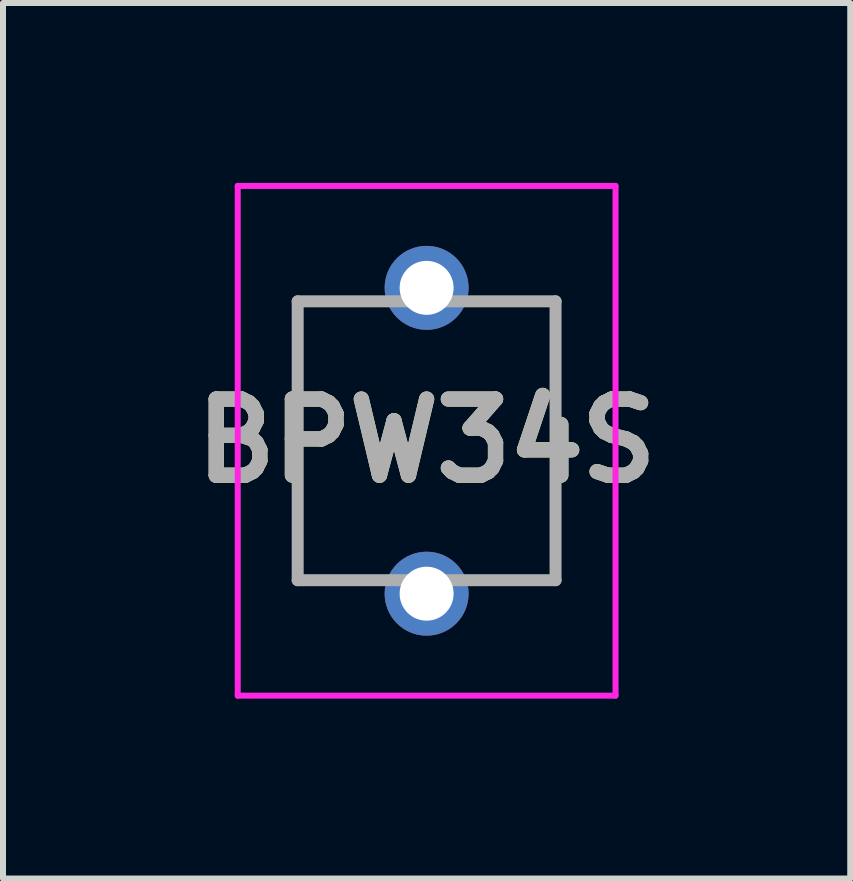
<source format=kicad_pcb>
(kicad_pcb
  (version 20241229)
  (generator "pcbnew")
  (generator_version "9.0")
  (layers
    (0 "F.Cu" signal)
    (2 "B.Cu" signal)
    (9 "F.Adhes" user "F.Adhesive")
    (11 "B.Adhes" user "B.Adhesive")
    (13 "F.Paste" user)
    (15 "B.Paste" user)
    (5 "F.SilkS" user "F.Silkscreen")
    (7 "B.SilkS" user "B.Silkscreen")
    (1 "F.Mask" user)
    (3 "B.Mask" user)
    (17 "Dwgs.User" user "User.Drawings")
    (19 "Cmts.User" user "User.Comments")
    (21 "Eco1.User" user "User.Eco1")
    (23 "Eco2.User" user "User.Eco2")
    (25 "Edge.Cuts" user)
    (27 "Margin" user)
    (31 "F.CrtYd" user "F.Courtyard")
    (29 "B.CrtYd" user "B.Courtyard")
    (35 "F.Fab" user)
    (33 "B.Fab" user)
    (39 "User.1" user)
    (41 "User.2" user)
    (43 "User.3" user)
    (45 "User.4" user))
  (footprint "BPW34S"
    (layer "F.Cu")
    (at 4.064 1.75)
    (property "Reference" "BPW34S" (at 0 2.55 0) (layer "F.SilkS") (effects (font (size 1.27 1.27) (thickness 0.254))))
    (attr through_hole)
    (fp_line (start -2.15 0.225) (end -2.15 0.225) (stroke (width 0.1) (type solid)) (layer "F.SilkS"))
    (fp_line (start -2.15 0.225) (end -2.15 0.225) (stroke (width 0.1) (type solid)) (layer "F.SilkS"))
    (fp_line (start -2.15 0.225) (end -2.15 4.875) (stroke (width 0.1) (type solid)) (layer "F.SilkS"))
    (fp_line (start -2.15 0.225) (end -1.25 0.225) (stroke (width 0.1) (type solid)) (layer "F.SilkS"))
    (fp_line (start -2.15 4.875) (end -2.15 0.225) (stroke (width 0.1) (type solid)) (layer "F.SilkS"))
    (fp_line (start -2.15 4.875) (end -2.15 4.875) (stroke (width 0.1) (type solid)) (layer "F.SilkS"))
    (fp_line (start -2.15 4.875) (end -2.15 4.875) (stroke (width 0.1) (type solid)) (layer "F.SilkS"))
    (fp_line (start -2.15 4.875) (end -1.25 4.875) (stroke (width 0.1) (type solid)) (layer "F.SilkS"))
    (fp_line (start -1.25 0.225) (end -2.15 0.225) (stroke (width 0.1) (type solid)) (layer "F.SilkS"))
    (fp_line (start -1.25 0.225) (end -1.25 0.225) (stroke (width 0.1) (type solid)) (layer "F.SilkS"))
    (fp_line (start -1.25 4.875) (end -2.15 4.875) (stroke (width 0.1) (type solid)) (layer "F.SilkS"))
    (fp_line (start -1.25 4.875) (end -1.25 4.875) (stroke (width 0.1) (type solid)) (layer "F.SilkS"))
    (fp_line (start 1.25 0.225) (end 1.25 0.225) (stroke (width 0.1) (type solid)) (layer "F.SilkS"))
    (fp_line (start 1.25 0.225) (end 2.15 0.225) (stroke (width 0.1) (type solid)) (layer "F.SilkS"))
    (fp_line (start 1.25 4.875) (end 1.25 4.875) (stroke (width 0.1) (type solid)) (layer "F.SilkS"))
    (fp_line (start 1.25 4.875) (end 2.15 4.875) (stroke (width 0.1) (type solid)) (layer "F.SilkS"))
    (fp_line (start 2.15 0.225) (end 1.25 0.225) (stroke (width 0.1) (type solid)) (layer "F.SilkS"))
    (fp_line (start 2.15 0.225) (end 2.15 0.225) (stroke (width 0.1) (type solid)) (layer "F.SilkS"))
    (fp_line (start 2.15 0.225) (end 2.15 0.225) (stroke (width 0.1) (type solid)) (layer "F.SilkS"))
    (fp_line (start 2.15 0.225) (end 2.15 4.875) (stroke (width 0.1) (type solid)) (layer "F.SilkS"))
    (fp_line (start 2.15 4.875) (end 1.25 4.875) (stroke (width 0.1) (type solid)) (layer "F.SilkS"))
    (fp_line (start 2.15 4.875) (end 2.15 0.225) (stroke (width 0.1) (type solid)) (layer "F.SilkS"))
    (fp_line (start 2.15 4.875) (end 2.15 4.875) (stroke (width 0.1) (type solid)) (layer "F.SilkS"))
    (fp_line (start 2.15 4.875) (end 2.15 4.875) (stroke (width 0.1) (type solid)) (layer "F.SilkS"))
    (fp_line (start -3.15 -1.7) (end 3.15 -1.7) (stroke (width 0.1) (type solid)) (layer "F.CrtYd"))
    (fp_line (start -3.15 6.8) (end -3.15 -1.7) (stroke (width 0.1) (type solid)) (layer "F.CrtYd"))
    (fp_line (start 3.15 -1.7) (end 3.15 6.8) (stroke (width 0.1) (type solid)) (layer "F.CrtYd"))
    (fp_line (start 3.15 6.8) (end -3.15 6.8) (stroke (width 0.1) (type solid)) (layer "F.CrtYd"))
    (fp_line (start -2.15 0.225) (end -2.15 4.875) (stroke (width 0.2) (type solid)) (layer "F.Fab"))
    (fp_line (start -2.15 4.875) (end 2.15 4.875) (stroke (width 0.2) (type solid)) (layer "F.Fab"))
    (fp_line (start 2.15 0.225) (end -2.15 0.225) (stroke (width 0.2) (type solid)) (layer "F.Fab"))
    (fp_line (start 2.15 4.875) (end 2.15 0.225) (stroke (width 0.2) (type solid)) (layer "F.Fab"))
    (fp_text user "${REFERENCE}" (at 0 2.55 0) (layer "F.Fab") (effects (font (size 1.27 1.27) (thickness 0.254))))
    (pad "1" thru_hole circle (at 0 0) (size 1.4 1.4) (drill 0.9) (layers "*.Cu" "*.Mask"))
    (pad "2" thru_hole circle (at 0 5.1) (size 1.4 1.4) (drill 0.9) (layers "*.Cu" "*.Mask")))
  (gr_rect
    (start -3 -3)
    (end 11.128 11.6)
    (stroke (width 0.1) (type default))
    (fill no)
    (layer "Edge.Cuts")))
</source>
